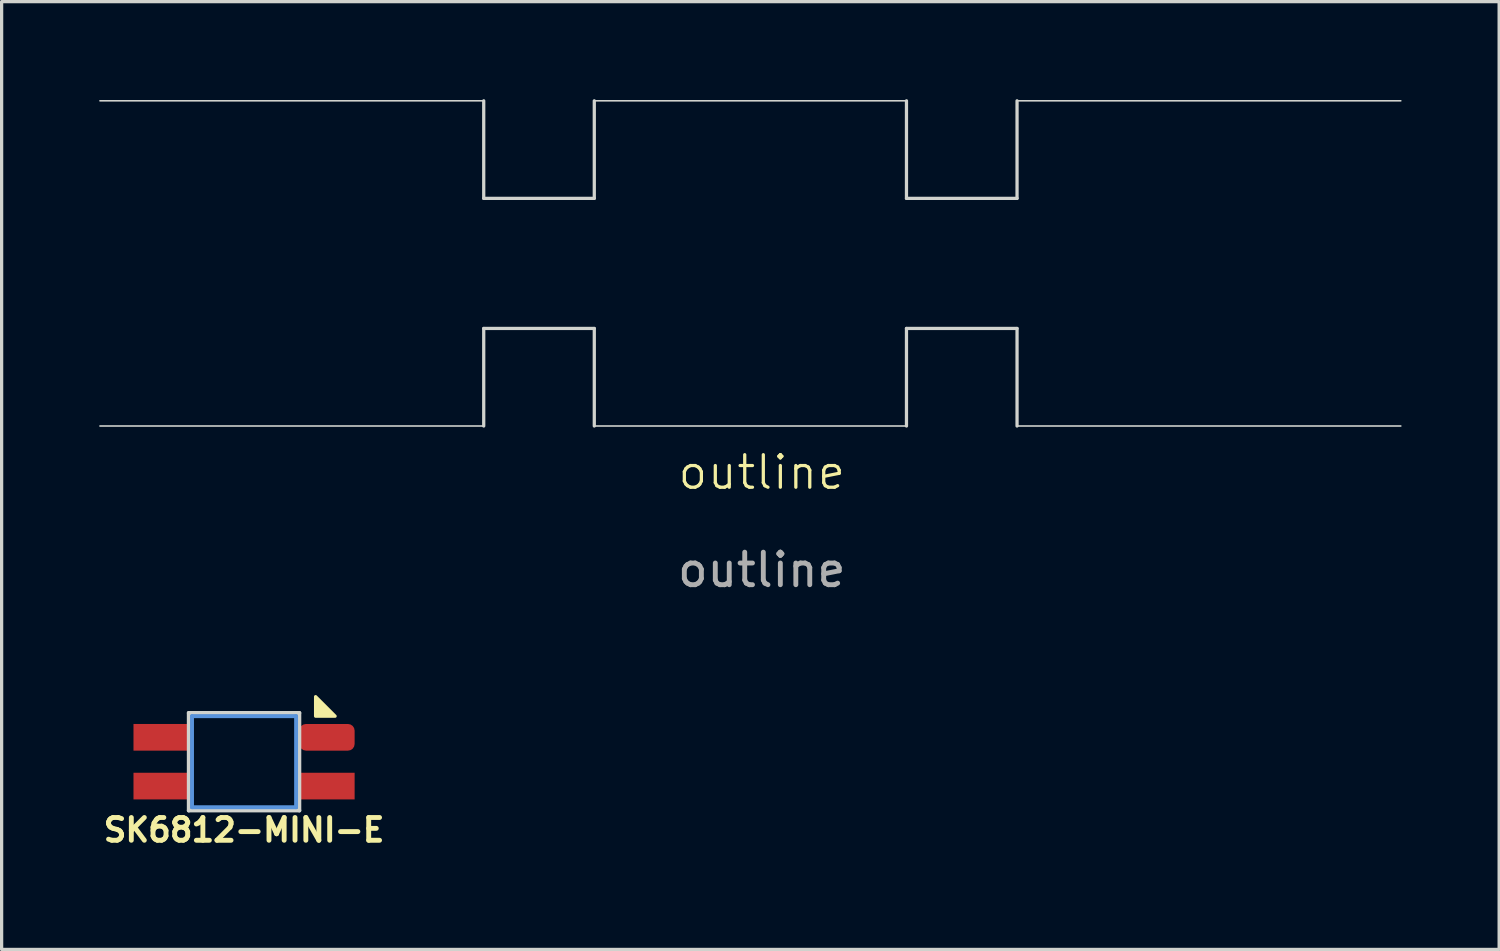
<source format=kicad_pcb>
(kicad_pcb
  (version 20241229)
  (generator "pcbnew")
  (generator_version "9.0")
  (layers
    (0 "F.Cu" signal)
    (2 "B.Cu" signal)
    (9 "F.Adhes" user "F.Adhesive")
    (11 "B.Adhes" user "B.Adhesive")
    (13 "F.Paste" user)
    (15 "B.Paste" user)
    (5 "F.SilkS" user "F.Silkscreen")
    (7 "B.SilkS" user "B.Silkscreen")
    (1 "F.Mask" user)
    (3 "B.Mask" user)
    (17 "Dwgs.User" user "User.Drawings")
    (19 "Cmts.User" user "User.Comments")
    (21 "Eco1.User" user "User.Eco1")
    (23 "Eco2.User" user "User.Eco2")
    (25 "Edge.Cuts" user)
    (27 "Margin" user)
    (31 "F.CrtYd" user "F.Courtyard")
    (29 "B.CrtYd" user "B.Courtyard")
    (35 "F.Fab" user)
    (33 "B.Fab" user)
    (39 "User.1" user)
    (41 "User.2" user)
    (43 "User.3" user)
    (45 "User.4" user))
  (footprint "SK6812-MINI-E"
    (layer "F.Cu")
    (at 4.455 20.373)
    (property "Reference" "SK6812-MINI-E" (at 0 2.1 0) (unlocked yes) (layer "F.SilkS") (effects (font (size 0.7 0.7) (thickness 0.15))))
    (attr through_hole)
    (fp_poly (pts (xy 2.8 -1.4) (xy 2.2 -1.4) (xy 2.2 -2)) (stroke (width 0.1) (type solid)) (fill yes) (layer "F.SilkS"))
    (fp_line (start -1.6 -1.4) (end 1.6 -1.4) (stroke (width 0.12) (type solid)) (layer "Cmts.User"))
    (fp_line (start -1.6 1.4) (end -1.6 -1.4) (stroke (width 0.12) (type solid)) (layer "Cmts.User"))
    (fp_line (start 1.6 -1.4) (end 1.6 1.4) (stroke (width 0.12) (type solid)) (layer "Cmts.User"))
    (fp_line (start 1.6 1.4) (end -1.6 1.4) (stroke (width 0.12) (type solid)) (layer "Cmts.User"))
    (fp_line (start -1.7 -1.5) (end 1.7 -1.5) (stroke (width 0.12) (type solid)) (layer "Edge.Cuts"))
    (fp_line (start -1.7 1.5) (end -1.7 -1.5) (stroke (width 0.12) (type solid)) (layer "Edge.Cuts"))
    (fp_line (start 1.7 -1.5) (end 1.7 1.5) (stroke (width 0.12) (type solid)) (layer "Edge.Cuts"))
    (fp_line (start 1.7 1.5) (end -1.7 1.5) (stroke (width 0.12) (type solid)) (layer "Edge.Cuts"))
    (pad "1" smd rect (at -2.55 0.75) (size 1.7 0.82) (layers "F.Cu" "F.Mask" "F.Paste"))
    (pad "2" smd rect (at -2.55 -0.75) (size 1.7 0.82) (layers "F.Cu" "F.Mask" "F.Paste"))
    (pad "3" smd roundrect (at 2.55 -0.75) (size 1.7 0.82) (layers "F.Cu" "F.Mask" "F.Paste") (roundrect_rratio 0.25))
    (pad "4" smd rect (at 2.55 0.75) (size 1.7 0.82) (layers "F.Cu" "F.Mask" "F.Paste")))
  (footprint "outline"
    (layer "F.Cu")
    (at 20.025 5.05)
    (property "Reference" "outline" (at 0.35 6.425 0) (unlocked yes) (layer "F.SilkS") (effects (font (size 1 1) (thickness 0.1))))
    (fp_line (start -20 -5) (end -8.2 -5) (stroke (width 0.05) (type default)) (layer "Edge.Cuts"))
    (fp_line (start -20 5) (end -8.2 5) (stroke (width 0.05) (type default)) (layer "Edge.Cuts"))
    (fp_line (start -8.2 -5) (end -8.2 -2) (stroke (width 0.1) (type default)) (layer "Edge.Cuts"))
    (fp_line (start -8.2 -2) (end -4.8 -2) (stroke (width 0.1) (type default)) (layer "Edge.Cuts"))
    (fp_line (start -8.2 5) (end -8.2 2) (stroke (width 0.1) (type default)) (layer "Edge.Cuts"))
    (fp_line (start -4.8 -5) (end -4.8 -2) (stroke (width 0.1) (type default)) (layer "Edge.Cuts"))
    (fp_line (start -4.8 -5) (end 4.8 -5) (stroke (width 0.05) (type default)) (layer "Edge.Cuts"))
    (fp_line (start -4.8 2) (end -8.2 2) (stroke (width 0.1) (type default)) (layer "Edge.Cuts"))
    (fp_line (start -4.8 5) (end -4.8 2) (stroke (width 0.1) (type default)) (layer "Edge.Cuts"))
    (fp_line (start -4.8 5) (end 4.8 5) (stroke (width 0.05) (type default)) (layer "Edge.Cuts"))
    (fp_line (start 4.8 -5) (end 4.8 -2) (stroke (width 0.1) (type default)) (layer "Edge.Cuts"))
    (fp_line (start 4.8 -2) (end 8.2 -2) (stroke (width 0.1) (type default)) (layer "Edge.Cuts"))
    (fp_line (start 4.8 5) (end 4.8 2) (stroke (width 0.1) (type default)) (layer "Edge.Cuts"))
    (fp_line (start 8.2 -5) (end 8.2 -2) (stroke (width 0.1) (type default)) (layer "Edge.Cuts"))
    (fp_line (start 8.2 -5) (end 20 -5) (stroke (width 0.05) (type default)) (layer "Edge.Cuts"))
    (fp_line (start 8.2 2) (end 4.8 2) (stroke (width 0.1) (type default)) (layer "Edge.Cuts"))
    (fp_line (start 8.2 5) (end 8.2 2) (stroke (width 0.1) (type default)) (layer "Edge.Cuts"))
    (fp_line (start 8.2 5) (end 20 5) (stroke (width 0.05) (type default)) (layer "Edge.Cuts"))
    (fp_text user "${REFERENCE}" (at 0.35 9.425 0) (unlocked yes) (layer "F.Fab") (effects (font (size 1 1) (thickness 0.15)))))
  (gr_rect
    (start -3 -3)
    (end 43.05 26.146)
    (stroke (width 0.1) (type default))
    (fill no)
    (layer "Edge.Cuts")))
</source>
